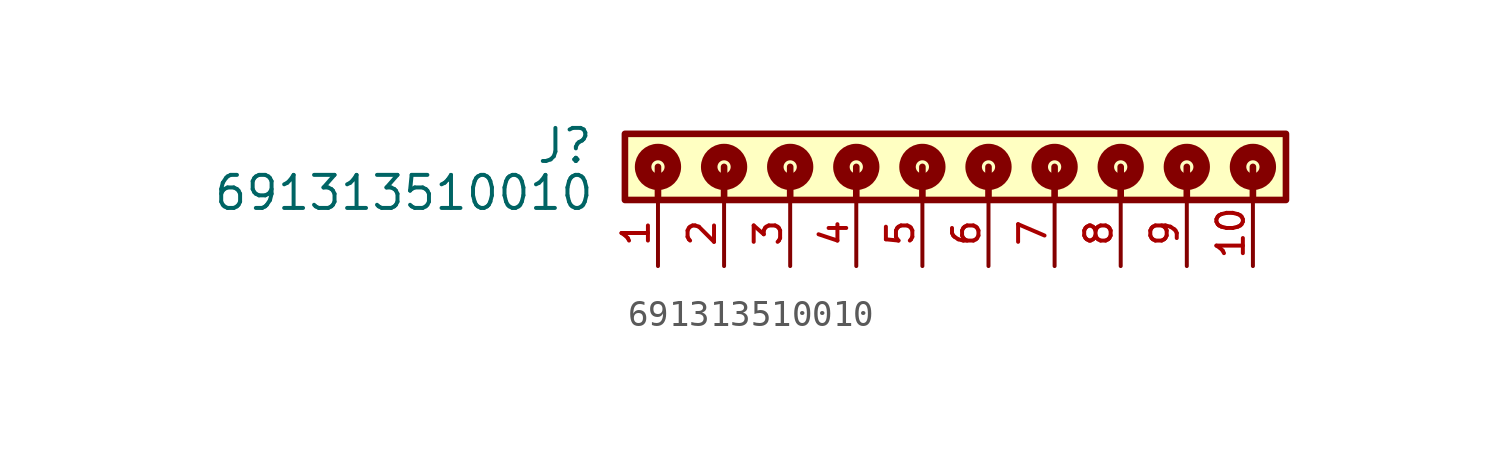
<source format=kicad_sym>
(kicad_symbol_lib
  (version 20211014)
  (generator kicad_symbol_editor)
  (symbol "691313510010"
    (pin_names
      (offset 1.016))
    (property "Reference" "J"
      (at -12.61 -1.205 0)
      (effects (font (size 1.27 1.27)) (justify bottom right)))
    (property "Value" "691313510010"
      (at -12.57 -3.01 0)
      (effects (font (size 1.27 1.27)) (justify bottom right)))
    (symbol "691313510010_0_0"
      (polyline (pts (xy -10.16 -1.27) (xy -10.16 -2.54)) (stroke (width 0.254)))
      (polyline (pts (xy -7.62 -1.27) (xy -7.62 -2.54)) (stroke (width 0.254)))
      (polyline (pts (xy -5.08 -1.27) (xy -5.08 -2.54)) (stroke (width 0.254)))
      (polyline (pts (xy -2.54 -1.27) (xy -2.54 -2.54)) (stroke (width 0.254)))
      (polyline (pts (xy 0.0 -1.27) (xy 0.0 -2.54)) (stroke (width 0.254)))
      (polyline (pts (xy 2.54 -1.27) (xy 2.54 -2.54)) (stroke (width 0.254)))
      (polyline (pts (xy 5.08 -1.27) (xy 5.08 -2.54)) (stroke (width 0.254)))
      (polyline (pts (xy 7.62 -1.27) (xy 7.62 -2.54)) (stroke (width 0.254)))
      (polyline (pts (xy 10.16 -1.27) (xy 10.16 -2.54)) (stroke (width 0.254)))
      (polyline (pts (xy 12.7 -1.27) (xy 12.7 -2.54)) (stroke (width 0.254)))
      (circle (center -10.16 -1.27) (radius 0.254) (stroke (width 0.635)) (fill (type none)))
      (circle (center -7.62 -1.27) (radius 0.254) (stroke (width 0.635)) (fill (type none)))
      (circle (center -5.08 -1.27) (radius 0.254) (stroke (width 0.635)) (fill (type none)))
      (circle (center -2.54 -1.27) (radius 0.254) (stroke (width 0.635)) (fill (type none)))
      (circle (center 0.0 -1.27) (radius 0.254) (stroke (width 0.635)) (fill (type none)))
      (circle (center 2.54 -1.27) (radius 0.254) (stroke (width 0.635)) (fill (type none)))
      (circle (center 5.08 -1.27) (radius 0.254) (stroke (width 0.635)) (fill (type none)))
      (circle (center 7.62 -1.27) (radius 0.254) (stroke (width 0.635)) (fill (type none)))
      (circle (center 10.16 -1.27) (radius 0.254) (stroke (width 0.635)) (fill (type none)))
      (circle (center 12.7 -1.27) (radius 0.254) (stroke (width 0.635)) (fill (type none)))
      (rectangle (start -11.43 -2.54) (end 13.97 -2.22044604925e-16) (stroke (width 0.254)) (fill (type background)))
      (pin passive line (at -10.16 -5.08 90.0) (length 2.54) (name "~" (effects (font (size 1.016 1.016)))) (number "1" (effects (font (size 1.016 1.016)))))
      (pin passive line (at -7.62 -5.08 90.0) (length 2.54) (name "~" (effects (font (size 1.016 1.016)))) (number "2" (effects (font (size 1.016 1.016)))))
      (pin passive line (at -5.08 -5.08 90.0) (length 2.54) (name "~" (effects (font (size 1.016 1.016)))) (number "3" (effects (font (size 1.016 1.016)))))
      (pin passive line (at -2.54 -5.08 90.0) (length 2.54) (name "~" (effects (font (size 1.016 1.016)))) (number "4" (effects (font (size 1.016 1.016)))))
      (pin passive line (at 0.0 -5.08 90.0) (length 2.54) (name "~" (effects (font (size 1.016 1.016)))) (number "5" (effects (font (size 1.016 1.016)))))
      (pin passive line (at 2.54 -5.08 90.0) (length 2.54) (name "~" (effects (font (size 1.016 1.016)))) (number "6" (effects (font (size 1.016 1.016)))))
      (pin passive line (at 5.08 -5.08 90.0) (length 2.54) (name "~" (effects (font (size 1.016 1.016)))) (number "7" (effects (font (size 1.016 1.016)))))
      (pin passive line (at 7.62 -5.08 90.0) (length 2.54) (name "~" (effects (font (size 1.016 1.016)))) (number "8" (effects (font (size 1.016 1.016)))))
      (pin passive line (at 10.16 -5.08 90.0) (length 2.54) (name "~" (effects (font (size 1.016 1.016)))) (number "9" (effects (font (size 1.016 1.016)))))
      (pin passive line (at 12.7 -5.08 90.0) (length 2.54) (name "~" (effects (font (size 1.016 1.016)))) (number "10" (effects (font (size 1.016 1.016))))))))
</source>
